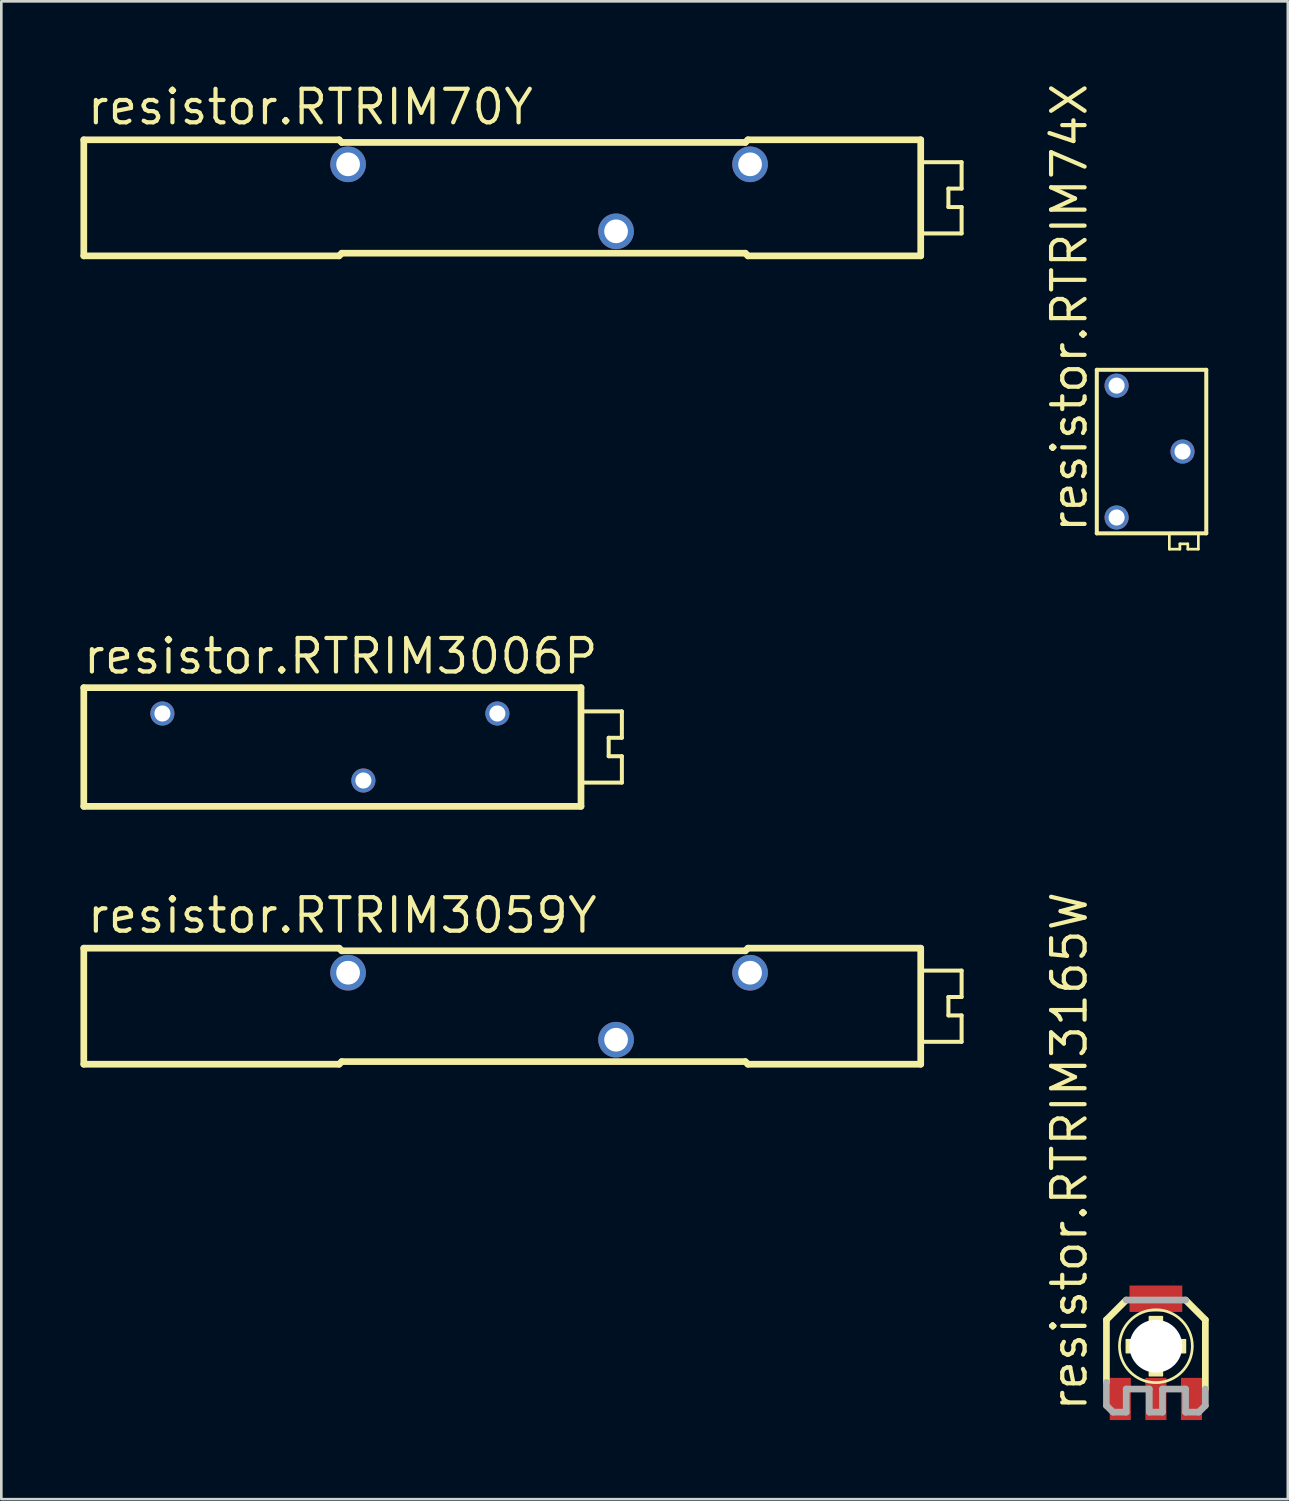
<source format=kicad_pcb>
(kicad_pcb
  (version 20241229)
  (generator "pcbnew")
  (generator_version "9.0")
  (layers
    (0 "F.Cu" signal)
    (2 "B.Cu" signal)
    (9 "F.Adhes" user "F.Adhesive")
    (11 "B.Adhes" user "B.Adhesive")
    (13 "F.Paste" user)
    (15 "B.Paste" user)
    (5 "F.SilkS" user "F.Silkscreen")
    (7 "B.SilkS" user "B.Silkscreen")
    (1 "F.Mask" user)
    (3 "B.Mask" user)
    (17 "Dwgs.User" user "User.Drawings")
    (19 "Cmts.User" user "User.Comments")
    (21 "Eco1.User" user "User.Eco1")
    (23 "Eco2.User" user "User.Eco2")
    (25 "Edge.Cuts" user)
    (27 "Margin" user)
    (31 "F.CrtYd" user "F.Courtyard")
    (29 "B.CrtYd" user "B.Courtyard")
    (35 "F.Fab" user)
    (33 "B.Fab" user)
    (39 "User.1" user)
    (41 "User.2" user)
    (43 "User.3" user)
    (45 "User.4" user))
  (footprint "resistor.RTRIM3165W"
    (layer "F.Cu")
    (at 40.773 47.988)
    (property "Reference" "resistor.RTRIM3165W" (at -2.54 2.54 90) (layer "F.SilkS") (effects (font (size 1.27 1.27) (thickness 0.16)) (justify left bottom)))
    (attr smd)
    (fp_line (start -1.875 -1) (end -1.875 1.375) (stroke (width 0.254) (type default)) (layer "F.SilkS"))
    (fp_line (start -1.125 -1.75) (end -1.875 -1) (stroke (width 0.254) (type default)) (layer "F.SilkS"))
    (fp_line (start 1.875 -1) (end 1.125 -1.75) (stroke (width 0.254) (type default)) (layer "F.SilkS"))
    (fp_line (start 1.875 1.625) (end 1.875 -1) (stroke (width 0.254) (type default)) (layer "F.SilkS"))
    (fp_rect (start -1.125 0.25) (end 1.125 -0.25) (stroke (width 0.05) (type default)) (fill yes) (layer "F.SilkS"))
    (fp_rect (start -0.25 1.125) (end 0.25 -1.125) (stroke (width 0.05) (type default)) (fill yes) (layer "F.SilkS"))
    (fp_circle (center 0 0) (end 1.381 0) (stroke (width 0.102) (type default)) (fill no) (layer "F.SilkS"))
    (fp_line (start -1.875 1.375) (end -1.875 2.25) (stroke (width 0.254) (type default)) (layer "F.Fab"))
    (fp_line (start -1.875 2.25) (end -1.625 2.5) (stroke (width 0.254) (type default)) (layer "F.Fab"))
    (fp_line (start -1.625 2.5) (end -1.125 2.5) (stroke (width 0.254) (type default)) (layer "F.Fab"))
    (fp_line (start -1.125 1.625) (end -0.25 1.625) (stroke (width 0.254) (type default)) (layer "F.Fab"))
    (fp_line (start -1.125 2.5) (end -1.125 1.625) (stroke (width 0.254) (type default)) (layer "F.Fab"))
    (fp_line (start -0.25 1.625) (end -0.25 2.5) (stroke (width 0.254) (type default)) (layer "F.Fab"))
    (fp_line (start -0.25 2.5) (end 0.25 2.5) (stroke (width 0.254) (type default)) (layer "F.Fab"))
    (fp_line (start 0.25 1.625) (end 1.125 1.625) (stroke (width 0.254) (type default)) (layer "F.Fab"))
    (fp_line (start 0.25 2.5) (end 0.25 1.625) (stroke (width 0.254) (type default)) (layer "F.Fab"))
    (fp_line (start 1.125 -1.75) (end -1.125 -1.75) (stroke (width 0.254) (type default)) (layer "F.Fab"))
    (fp_line (start 1.125 1.625) (end 1.125 2.5) (stroke (width 0.254) (type default)) (layer "F.Fab"))
    (fp_line (start 1.125 2.5) (end 1.625 2.5) (stroke (width 0.254) (type default)) (layer "F.Fab"))
    (fp_line (start 1.625 2.5) (end 1.875 2.25) (stroke (width 0.254) (type default)) (layer "F.Fab"))
    (fp_line (start 1.875 2.25) (end 1.875 1.625) (stroke (width 0.254) (type default)) (layer "F.Fab"))
    (pad "" np_thru_hole circle (at 0 0) (size 2 2) (drill 2) (layers "*.Cu" "*.Mask"))
    (pad "1" smd roundrect (at -1.35 2) (size 0.8 1.6) (layers "F.Cu" "F.Mask" "F.Paste") (roundrect_rratio 0.01))
    (pad "2" smd roundrect (at 0 2) (size 0.8 1.6) (layers "F.Cu" "F.Mask" "F.Paste") (roundrect_rratio 0.01))
    (pad "3" smd roundrect (at 1.35 2) (size 0.8 1.6) (layers "F.Cu" "F.Mask" "F.Paste") (roundrect_rratio 0.01))
    (pad "4" smd roundrect (at 0 -1.8) (size 2 1) (layers "F.Cu" "F.Mask" "F.Paste") (roundrect_rratio 0.01)))
  (footprint "resistor.RTRIM3006P"
    (layer "F.Cu")
    (at 10.727 25.271)
    (property "Reference" "resistor.RTRIM3006P" (at -10.7 -2.7 0) (layer "F.SilkS") (effects (font (size 1.27 1.27) (thickness 0.16)) (justify left bottom)))
    (attr through_hole)
    (fp_line (start -10.6 -2.25) (end -10.6 2.25) (stroke (width 0.254) (type default)) (layer "F.SilkS"))
    (fp_line (start -10.6 2.25) (end 8.25 2.25) (stroke (width 0.254) (type default)) (layer "F.SilkS"))
    (fp_line (start 8.25 -2.25) (end -10.6 -2.25) (stroke (width 0.254) (type default)) (layer "F.SilkS"))
    (fp_line (start 8.25 2.25) (end 8.25 -2.25) (stroke (width 0.254) (type default)) (layer "F.SilkS"))
    (fp_line (start 8.35 -1.35) (end 9.8 -1.35) (stroke (width 0.152) (type default)) (layer "F.SilkS"))
    (fp_line (start 9.3 -0.35) (end 9.3 0.35) (stroke (width 0.152) (type default)) (layer "F.SilkS"))
    (fp_line (start 9.3 0.35) (end 9.8 0.35) (stroke (width 0.152) (type default)) (layer "F.SilkS"))
    (fp_line (start 9.8 -1.35) (end 9.8 -0.35) (stroke (width 0.152) (type default)) (layer "F.SilkS"))
    (fp_line (start 9.8 -0.35) (end 9.3 -0.35) (stroke (width 0.152) (type default)) (layer "F.SilkS"))
    (fp_line (start 9.8 0.35) (end 9.8 1.35) (stroke (width 0.152) (type default)) (layer "F.SilkS"))
    (fp_line (start 9.8 1.35) (end 8.35 1.35) (stroke (width 0.152) (type default)) (layer "F.SilkS"))
    (pad "1" thru_hole circle (at -7.62 -1.27) (size 0.914 0.914) (drill 0.61) (layers "*.Cu" "*.Mask"))
    (pad "2" thru_hole circle (at 0 1.27) (size 0.914 0.914) (drill 0.61) (layers "*.Cu" "*.Mask"))
    (pad "3" thru_hole circle (at 5.08 -1.27) (size 0.914 0.914) (drill 0.61) (layers "*.Cu" "*.Mask")))
  (footprint "resistor.RTRIM70Y"
    (layer "F.Cu")
    (at 16.497 4.45)
    (property "Reference" "resistor.RTRIM70Y" (at -16.32 -2.7 0) (layer "F.SilkS") (effects (font (size 1.27 1.27) (thickness 0.16)) (justify left bottom)))
    (attr through_hole)
    (fp_line (start -16.37 -2.2) (end -16.37 2.2) (stroke (width 0.254) (type default)) (layer "F.SilkS"))
    (fp_line (start -16.37 2.2) (end -6.69 2.2) (stroke (width 0.254) (type default)) (layer "F.SilkS"))
    (fp_line (start -6.69 -2.2) (end -16.37 -2.2) (stroke (width 0.254) (type default)) (layer "F.SilkS"))
    (fp_line (start -6.59 -2.1) (end -6.69 -2.2) (stroke (width 0.254) (type default)) (layer "F.SilkS"))
    (fp_line (start -6.59 2.1) (end -6.69 2.2) (stroke (width 0.254) (type default)) (layer "F.SilkS"))
    (fp_line (start 8.71 -2.1) (end -6.59 -2.1) (stroke (width 0.254) (type default)) (layer "F.SilkS"))
    (fp_line (start 8.71 2.1) (end -6.59 2.1) (stroke (width 0.254) (type default)) (layer "F.SilkS"))
    (fp_line (start 8.71 2.1) (end 8.81 2.2) (stroke (width 0.254) (type default)) (layer "F.SilkS"))
    (fp_line (start 8.81 -2.2) (end 8.71 -2.1) (stroke (width 0.254) (type default)) (layer "F.SilkS"))
    (fp_line (start 8.81 2.2) (end 15.36 2.2) (stroke (width 0.254) (type default)) (layer "F.SilkS"))
    (fp_line (start 15.36 -2.2) (end 8.81 -2.2) (stroke (width 0.254) (type default)) (layer "F.SilkS"))
    (fp_line (start 15.36 2.2) (end 15.36 -2.2) (stroke (width 0.254) (type default)) (layer "F.SilkS"))
    (fp_line (start 15.46 -1.35) (end 16.91 -1.35) (stroke (width 0.152) (type default)) (layer "F.SilkS"))
    (fp_line (start 16.41 -0.35) (end 16.41 0.35) (stroke (width 0.152) (type default)) (layer "F.SilkS"))
    (fp_line (start 16.41 0.35) (end 16.91 0.35) (stroke (width 0.152) (type default)) (layer "F.SilkS"))
    (fp_line (start 16.91 -1.35) (end 16.91 -0.35) (stroke (width 0.152) (type default)) (layer "F.SilkS"))
    (fp_line (start 16.91 -0.35) (end 16.41 -0.35) (stroke (width 0.152) (type default)) (layer "F.SilkS"))
    (fp_line (start 16.91 0.35) (end 16.91 1.35) (stroke (width 0.152) (type default)) (layer "F.SilkS"))
    (fp_line (start 16.91 1.35) (end 15.46 1.35) (stroke (width 0.152) (type default)) (layer "F.SilkS"))
    (pad "1" thru_hole circle (at -6.35 -1.27) (size 1.35 1.35) (drill 0.9) (layers "*.Cu" "*.Mask"))
    (pad "2" thru_hole circle (at 3.81 1.27) (size 1.35 1.35) (drill 0.9) (layers "*.Cu" "*.Mask"))
    (pad "3" thru_hole circle (at 8.89 -1.27) (size 1.35 1.35) (drill 0.9) (layers "*.Cu" "*.Mask")))
  (footprint "resistor.RTRIM3059Y"
    (layer "F.Cu")
    (at 16.497 35.098)
    (property "Reference" "resistor.RTRIM3059Y" (at -16.32 -2.7 0) (layer "F.SilkS") (effects (font (size 1.27 1.27) (thickness 0.16)) (justify left bottom)))
    (attr through_hole)
    (fp_line (start -16.37 -2.2) (end -16.37 2.2) (stroke (width 0.254) (type default)) (layer "F.SilkS"))
    (fp_line (start -16.37 2.2) (end -6.69 2.2) (stroke (width 0.254) (type default)) (layer "F.SilkS"))
    (fp_line (start -6.69 -2.2) (end -16.37 -2.2) (stroke (width 0.254) (type default)) (layer "F.SilkS"))
    (fp_line (start -6.59 -2.1) (end -6.69 -2.2) (stroke (width 0.254) (type default)) (layer "F.SilkS"))
    (fp_line (start -6.59 2.1) (end -6.69 2.2) (stroke (width 0.254) (type default)) (layer "F.SilkS"))
    (fp_line (start 8.71 -2.1) (end -6.59 -2.1) (stroke (width 0.254) (type default)) (layer "F.SilkS"))
    (fp_line (start 8.71 2.1) (end -6.59 2.1) (stroke (width 0.254) (type default)) (layer "F.SilkS"))
    (fp_line (start 8.71 2.1) (end 8.81 2.2) (stroke (width 0.254) (type default)) (layer "F.SilkS"))
    (fp_line (start 8.81 -2.2) (end 8.71 -2.1) (stroke (width 0.254) (type default)) (layer "F.SilkS"))
    (fp_line (start 8.81 2.2) (end 15.36 2.2) (stroke (width 0.254) (type default)) (layer "F.SilkS"))
    (fp_line (start 15.36 -2.2) (end 8.81 -2.2) (stroke (width 0.254) (type default)) (layer "F.SilkS"))
    (fp_line (start 15.36 2.2) (end 15.36 -2.2) (stroke (width 0.254) (type default)) (layer "F.SilkS"))
    (fp_line (start 15.46 -1.35) (end 16.91 -1.35) (stroke (width 0.152) (type default)) (layer "F.SilkS"))
    (fp_line (start 16.41 -0.35) (end 16.41 0.35) (stroke (width 0.152) (type default)) (layer "F.SilkS"))
    (fp_line (start 16.41 0.35) (end 16.91 0.35) (stroke (width 0.152) (type default)) (layer "F.SilkS"))
    (fp_line (start 16.91 -1.35) (end 16.91 -0.35) (stroke (width 0.152) (type default)) (layer "F.SilkS"))
    (fp_line (start 16.91 -0.35) (end 16.41 -0.35) (stroke (width 0.152) (type default)) (layer "F.SilkS"))
    (fp_line (start 16.91 0.35) (end 16.91 1.35) (stroke (width 0.152) (type default)) (layer "F.SilkS"))
    (fp_line (start 16.91 1.35) (end 15.46 1.35) (stroke (width 0.152) (type default)) (layer "F.SilkS"))
    (pad "1" thru_hole circle (at -6.35 -1.27) (size 1.35 1.35) (drill 0.9) (layers "*.Cu" "*.Mask"))
    (pad "2" thru_hole circle (at 3.81 1.27) (size 1.35 1.35) (drill 0.9) (layers "*.Cu" "*.Mask"))
    (pad "3" thru_hole circle (at 8.89 -1.27) (size 1.35 1.35) (drill 0.9) (layers "*.Cu" "*.Mask")))
  (footprint "resistor.RTRIM74X"
    (layer "F.Cu")
    (at 40.533 14.07)
    (property "Reference" "resistor.RTRIM74X" (at -2.3 3.15 90) (layer "F.SilkS") (effects (font (size 1.27 1.27) (thickness 0.16)) (justify left bottom)))
    (attr through_hole)
    (fp_line (start -2 -3.1) (end -2 3.1) (stroke (width 0.152) (type default)) (layer "F.SilkS"))
    (fp_line (start -2 3.1) (end 2.15 3.1) (stroke (width 0.152) (type default)) (layer "F.SilkS"))
    (fp_line (start 0.75 3.15) (end 0.75 3.7) (stroke (width 0.102) (type default)) (layer "F.SilkS"))
    (fp_line (start 0.75 3.7) (end 1.15 3.7) (stroke (width 0.102) (type default)) (layer "F.SilkS"))
    (fp_line (start 1.15 3.5) (end 1.45 3.5) (stroke (width 0.102) (type default)) (layer "F.SilkS"))
    (fp_line (start 1.15 3.7) (end 1.15 3.5) (stroke (width 0.102) (type default)) (layer "F.SilkS"))
    (fp_line (start 1.45 3.5) (end 1.45 3.7) (stroke (width 0.102) (type default)) (layer "F.SilkS"))
    (fp_line (start 1.45 3.7) (end 1.85 3.7) (stroke (width 0.102) (type default)) (layer "F.SilkS"))
    (fp_line (start 1.85 3.7) (end 1.85 3.15) (stroke (width 0.102) (type default)) (layer "F.SilkS"))
    (fp_line (start 2.15 -3.1) (end -2 -3.1) (stroke (width 0.152) (type default)) (layer "F.SilkS"))
    (fp_line (start 2.15 3.1) (end 2.15 -3.1) (stroke (width 0.152) (type default)) (layer "F.SilkS"))
    (pad "1" thru_hole circle (at -1.25 2.5) (size 0.914 0.914) (drill 0.61) (layers "*.Cu" "*.Mask"))
    (pad "2" thru_hole circle (at 1.25 0) (size 0.914 0.914) (drill 0.61) (layers "*.Cu" "*.Mask"))
    (pad "3" thru_hole circle (at -1.25 -2.5) (size 0.914 0.914) (drill 0.61) (layers "*.Cu" "*.Mask")))
  (gr_rect
    (start -3 -3)
    (end 45.775 53.788)
    (stroke (width 0.1) (type default))
    (fill no)
    (layer "Edge.Cuts")))
</source>
